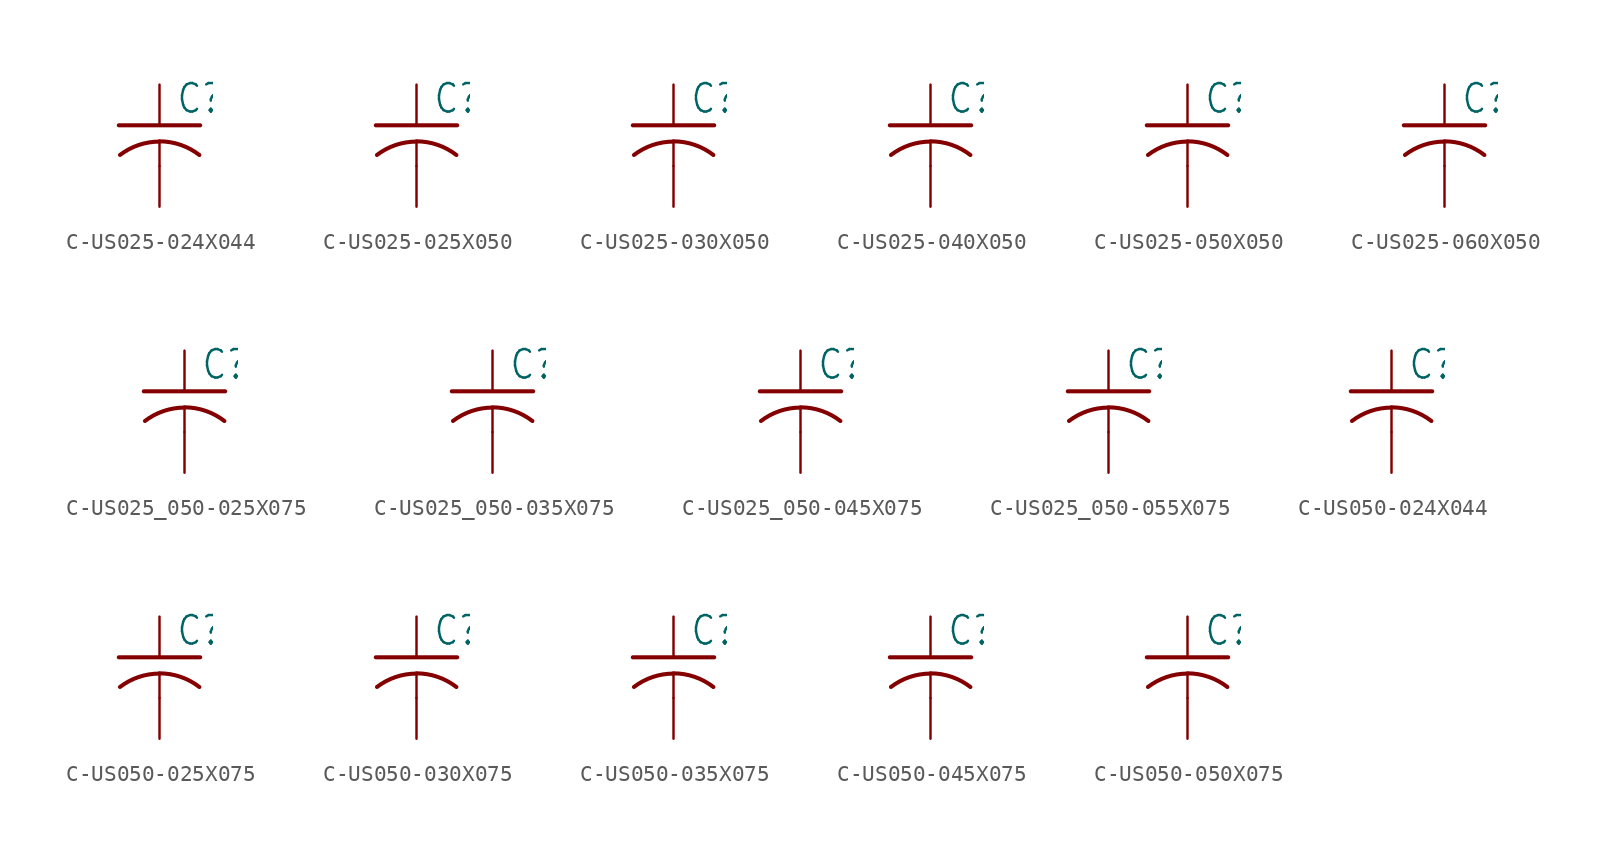
<source format=kicad_sym>
(kicad_symbol_lib
  (version 20231120)
  (generator "kicad_symbol_editor")
  (generator_version "8.0")
  (symbol "C-US025-024X044"
    (property "Reference" "C"
      (at 1.016 0.635 0)
      (effects (font (size 1.778 1.511)) (justify left bottom)))
    (property "Value" ""
      (at 1.016 -4.191 0)
      (effects (font (size 1.778 1.511)) (justify left bottom)))
    (property "ki_locked" ""
      (at 0 0 0)
      (effects (font (size 1.27 1.27))))
    (symbol "C-US025-024X044_1_0"
      (arc (start 0 -1.0161) (mid -1.302 -1.2303) (end -2.4668 -1.8504) (stroke (width 0.254) (type solid)) (fill (type none)))
      (polyline (pts (xy -2.54 0) (xy 2.54 0)) (stroke (width 0.254) (type solid)) (fill (type none)))
      (polyline (pts (xy 0 -1.016) (xy 0 -2.54)) (stroke (width 0.152) (type solid)) (fill (type none)))
      (polyline (pts (xy 0 -1.016) (xy 0 -1.016)) (stroke (width 0.152) (type solid)) (fill (type none)))
      (arc (start 2.4892 -1.8541) (mid 1.3158 -1.2194) (end 0 -1) (stroke (width 0.254) (type solid)) (fill (type none)))
      (pin passive line (at 0 2.54 270) (length 2.54) (name "1" (effects (font (size 0 0)))) (number "1" (effects (font (size 0 0)))))
      (pin passive line (at 0 -5.08 90) (length 2.54) (name "2" (effects (font (size 0 0)))) (number "2" (effects (font (size 0 0)))))))
  (symbol "C-US025-025X050"
    (property "Reference" "C"
      (at 1.016 0.635 0)
      (effects (font (size 1.778 1.511)) (justify left bottom)))
    (property "Value" ""
      (at 1.016 -4.191 0)
      (effects (font (size 1.778 1.511)) (justify left bottom)))
    (property "ki_locked" ""
      (at 0 0 0)
      (effects (font (size 1.27 1.27))))
    (symbol "C-US025-025X050_1_0"
      (arc (start 0 -1.0161) (mid -1.302 -1.2303) (end -2.4668 -1.8504) (stroke (width 0.254) (type solid)) (fill (type none)))
      (polyline (pts (xy -2.54 0) (xy 2.54 0)) (stroke (width 0.254) (type solid)) (fill (type none)))
      (polyline (pts (xy 0 -1.016) (xy 0 -2.54)) (stroke (width 0.152) (type solid)) (fill (type none)))
      (polyline (pts (xy 0 -1.016) (xy 0 -1.016)) (stroke (width 0.152) (type solid)) (fill (type none)))
      (arc (start 2.4892 -1.8541) (mid 1.3158 -1.2194) (end 0 -1) (stroke (width 0.254) (type solid)) (fill (type none)))
      (pin passive line (at 0 2.54 270) (length 2.54) (name "1" (effects (font (size 0 0)))) (number "1" (effects (font (size 0 0)))))
      (pin passive line (at 0 -5.08 90) (length 2.54) (name "2" (effects (font (size 0 0)))) (number "2" (effects (font (size 0 0)))))))
  (symbol "C-US025-030X050"
    (property "Reference" "C"
      (at 1.016 0.635 0)
      (effects (font (size 1.778 1.511)) (justify left bottom)))
    (property "Value" ""
      (at 1.016 -4.191 0)
      (effects (font (size 1.778 1.511)) (justify left bottom)))
    (property "ki_locked" ""
      (at 0 0 0)
      (effects (font (size 1.27 1.27))))
    (symbol "C-US025-030X050_1_0"
      (arc (start 0 -1.0161) (mid -1.302 -1.2303) (end -2.4668 -1.8504) (stroke (width 0.254) (type solid)) (fill (type none)))
      (polyline (pts (xy -2.54 0) (xy 2.54 0)) (stroke (width 0.254) (type solid)) (fill (type none)))
      (polyline (pts (xy 0 -1.016) (xy 0 -2.54)) (stroke (width 0.152) (type solid)) (fill (type none)))
      (polyline (pts (xy 0 -1.016) (xy 0 -1.016)) (stroke (width 0.152) (type solid)) (fill (type none)))
      (arc (start 2.4892 -1.8541) (mid 1.3158 -1.2194) (end 0 -1) (stroke (width 0.254) (type solid)) (fill (type none)))
      (pin passive line (at 0 2.54 270) (length 2.54) (name "1" (effects (font (size 0 0)))) (number "1" (effects (font (size 0 0)))))
      (pin passive line (at 0 -5.08 90) (length 2.54) (name "2" (effects (font (size 0 0)))) (number "2" (effects (font (size 0 0)))))))
  (symbol "C-US025-040X050"
    (property "Reference" "C"
      (at 1.016 0.635 0)
      (effects (font (size 1.778 1.511)) (justify left bottom)))
    (property "Value" ""
      (at 1.016 -4.191 0)
      (effects (font (size 1.778 1.511)) (justify left bottom)))
    (property "ki_locked" ""
      (at 0 0 0)
      (effects (font (size 1.27 1.27))))
    (symbol "C-US025-040X050_1_0"
      (arc (start 0 -1.0161) (mid -1.302 -1.2303) (end -2.4668 -1.8504) (stroke (width 0.254) (type solid)) (fill (type none)))
      (polyline (pts (xy -2.54 0) (xy 2.54 0)) (stroke (width 0.254) (type solid)) (fill (type none)))
      (polyline (pts (xy 0 -1.016) (xy 0 -2.54)) (stroke (width 0.152) (type solid)) (fill (type none)))
      (polyline (pts (xy 0 -1.016) (xy 0 -1.016)) (stroke (width 0.152) (type solid)) (fill (type none)))
      (arc (start 2.4892 -1.8541) (mid 1.3158 -1.2194) (end 0 -1) (stroke (width 0.254) (type solid)) (fill (type none)))
      (pin passive line (at 0 2.54 270) (length 2.54) (name "1" (effects (font (size 0 0)))) (number "1" (effects (font (size 0 0)))))
      (pin passive line (at 0 -5.08 90) (length 2.54) (name "2" (effects (font (size 0 0)))) (number "2" (effects (font (size 0 0)))))))
  (symbol "C-US025-050X050"
    (property "Reference" "C"
      (at 1.016 0.635 0)
      (effects (font (size 1.778 1.511)) (justify left bottom)))
    (property "Value" ""
      (at 1.016 -4.191 0)
      (effects (font (size 1.778 1.511)) (justify left bottom)))
    (property "ki_locked" ""
      (at 0 0 0)
      (effects (font (size 1.27 1.27))))
    (symbol "C-US025-050X050_1_0"
      (arc (start 0 -1.0161) (mid -1.302 -1.2303) (end -2.4668 -1.8504) (stroke (width 0.254) (type solid)) (fill (type none)))
      (polyline (pts (xy -2.54 0) (xy 2.54 0)) (stroke (width 0.254) (type solid)) (fill (type none)))
      (polyline (pts (xy 0 -1.016) (xy 0 -2.54)) (stroke (width 0.152) (type solid)) (fill (type none)))
      (polyline (pts (xy 0 -1.016) (xy 0 -1.016)) (stroke (width 0.152) (type solid)) (fill (type none)))
      (arc (start 2.4892 -1.8541) (mid 1.3158 -1.2194) (end 0 -1) (stroke (width 0.254) (type solid)) (fill (type none)))
      (pin passive line (at 0 2.54 270) (length 2.54) (name "1" (effects (font (size 0 0)))) (number "1" (effects (font (size 0 0)))))
      (pin passive line (at 0 -5.08 90) (length 2.54) (name "2" (effects (font (size 0 0)))) (number "2" (effects (font (size 0 0)))))))
  (symbol "C-US025-060X050"
    (property "Reference" "C"
      (at 1.016 0.635 0)
      (effects (font (size 1.778 1.511)) (justify left bottom)))
    (property "Value" ""
      (at 1.016 -4.191 0)
      (effects (font (size 1.778 1.511)) (justify left bottom)))
    (property "ki_locked" ""
      (at 0 0 0)
      (effects (font (size 1.27 1.27))))
    (symbol "C-US025-060X050_1_0"
      (arc (start 0 -1.0161) (mid -1.302 -1.2303) (end -2.4668 -1.8504) (stroke (width 0.254) (type solid)) (fill (type none)))
      (polyline (pts (xy -2.54 0) (xy 2.54 0)) (stroke (width 0.254) (type solid)) (fill (type none)))
      (polyline (pts (xy 0 -1.016) (xy 0 -2.54)) (stroke (width 0.152) (type solid)) (fill (type none)))
      (polyline (pts (xy 0 -1.016) (xy 0 -1.016)) (stroke (width 0.152) (type solid)) (fill (type none)))
      (arc (start 2.4892 -1.8541) (mid 1.3158 -1.2194) (end 0 -1) (stroke (width 0.254) (type solid)) (fill (type none)))
      (pin passive line (at 0 2.54 270) (length 2.54) (name "1" (effects (font (size 0 0)))) (number "1" (effects (font (size 0 0)))))
      (pin passive line (at 0 -5.08 90) (length 2.54) (name "2" (effects (font (size 0 0)))) (number "2" (effects (font (size 0 0)))))))
  (symbol "C-US025_050-025X075"
    (property "Reference" "C"
      (at 1.016 0.635 0)
      (effects (font (size 1.778 1.511)) (justify left bottom)))
    (property "Value" ""
      (at 1.016 -4.191 0)
      (effects (font (size 1.778 1.511)) (justify left bottom)))
    (property "ki_locked" ""
      (at 0 0 0)
      (effects (font (size 1.27 1.27))))
    (symbol "C-US025_050-025X075_1_0"
      (arc (start 0 -1.0161) (mid -1.302 -1.2303) (end -2.4668 -1.8504) (stroke (width 0.254) (type solid)) (fill (type none)))
      (polyline (pts (xy -2.54 0) (xy 2.54 0)) (stroke (width 0.254) (type solid)) (fill (type none)))
      (polyline (pts (xy 0 -1.016) (xy 0 -2.54)) (stroke (width 0.152) (type solid)) (fill (type none)))
      (polyline (pts (xy 0 -1.016) (xy 0 -1.016)) (stroke (width 0.152) (type solid)) (fill (type none)))
      (arc (start 2.4892 -1.8541) (mid 1.3158 -1.2194) (end 0 -1) (stroke (width 0.254) (type solid)) (fill (type none)))
      (pin passive line (at 0 2.54 270) (length 2.54) (name "1" (effects (font (size 0 0)))) (number "1" (effects (font (size 0 0)))))
      (pin passive line (at 0 -5.08 90) (length 2.54) (name "2" (effects (font (size 0 0)))) (number "2" (effects (font (size 0 0)))))))
  (symbol "C-US025_050-035X075"
    (property "Reference" "C"
      (at 1.016 0.635 0)
      (effects (font (size 1.778 1.511)) (justify left bottom)))
    (property "Value" ""
      (at 1.016 -4.191 0)
      (effects (font (size 1.778 1.511)) (justify left bottom)))
    (property "ki_locked" ""
      (at 0 0 0)
      (effects (font (size 1.27 1.27))))
    (symbol "C-US025_050-035X075_1_0"
      (arc (start 0 -1.0161) (mid -1.302 -1.2303) (end -2.4668 -1.8504) (stroke (width 0.254) (type solid)) (fill (type none)))
      (polyline (pts (xy -2.54 0) (xy 2.54 0)) (stroke (width 0.254) (type solid)) (fill (type none)))
      (polyline (pts (xy 0 -1.016) (xy 0 -2.54)) (stroke (width 0.152) (type solid)) (fill (type none)))
      (polyline (pts (xy 0 -1.016) (xy 0 -1.016)) (stroke (width 0.152) (type solid)) (fill (type none)))
      (arc (start 2.4892 -1.8541) (mid 1.3158 -1.2194) (end 0 -1) (stroke (width 0.254) (type solid)) (fill (type none)))
      (pin passive line (at 0 2.54 270) (length 2.54) (name "1" (effects (font (size 0 0)))) (number "1" (effects (font (size 0 0)))))
      (pin passive line (at 0 -5.08 90) (length 2.54) (name "2" (effects (font (size 0 0)))) (number "2" (effects (font (size 0 0)))))))
  (symbol "C-US025_050-045X075"
    (property "Reference" "C"
      (at 1.016 0.635 0)
      (effects (font (size 1.778 1.511)) (justify left bottom)))
    (property "Value" ""
      (at 1.016 -4.191 0)
      (effects (font (size 1.778 1.511)) (justify left bottom)))
    (property "ki_locked" ""
      (at 0 0 0)
      (effects (font (size 1.27 1.27))))
    (symbol "C-US025_050-045X075_1_0"
      (arc (start 0 -1.0161) (mid -1.302 -1.2303) (end -2.4668 -1.8504) (stroke (width 0.254) (type solid)) (fill (type none)))
      (polyline (pts (xy -2.54 0) (xy 2.54 0)) (stroke (width 0.254) (type solid)) (fill (type none)))
      (polyline (pts (xy 0 -1.016) (xy 0 -2.54)) (stroke (width 0.152) (type solid)) (fill (type none)))
      (polyline (pts (xy 0 -1.016) (xy 0 -1.016)) (stroke (width 0.152) (type solid)) (fill (type none)))
      (arc (start 2.4892 -1.8541) (mid 1.3158 -1.2194) (end 0 -1) (stroke (width 0.254) (type solid)) (fill (type none)))
      (pin passive line (at 0 2.54 270) (length 2.54) (name "1" (effects (font (size 0 0)))) (number "1" (effects (font (size 0 0)))))
      (pin passive line (at 0 -5.08 90) (length 2.54) (name "2" (effects (font (size 0 0)))) (number "2" (effects (font (size 0 0)))))))
  (symbol "C-US025_050-055X075"
    (property "Reference" "C"
      (at 1.016 0.635 0)
      (effects (font (size 1.778 1.511)) (justify left bottom)))
    (property "Value" ""
      (at 1.016 -4.191 0)
      (effects (font (size 1.778 1.511)) (justify left bottom)))
    (property "ki_locked" ""
      (at 0 0 0)
      (effects (font (size 1.27 1.27))))
    (symbol "C-US025_050-055X075_1_0"
      (arc (start 0 -1.0161) (mid -1.302 -1.2303) (end -2.4668 -1.8504) (stroke (width 0.254) (type solid)) (fill (type none)))
      (polyline (pts (xy -2.54 0) (xy 2.54 0)) (stroke (width 0.254) (type solid)) (fill (type none)))
      (polyline (pts (xy 0 -1.016) (xy 0 -2.54)) (stroke (width 0.152) (type solid)) (fill (type none)))
      (polyline (pts (xy 0 -1.016) (xy 0 -1.016)) (stroke (width 0.152) (type solid)) (fill (type none)))
      (arc (start 2.4892 -1.8541) (mid 1.3158 -1.2194) (end 0 -1) (stroke (width 0.254) (type solid)) (fill (type none)))
      (pin passive line (at 0 2.54 270) (length 2.54) (name "1" (effects (font (size 0 0)))) (number "1" (effects (font (size 0 0)))))
      (pin passive line (at 0 -5.08 90) (length 2.54) (name "2" (effects (font (size 0 0)))) (number "2" (effects (font (size 0 0)))))))
  (symbol "C-US050-024X044"
    (property "Reference" "C"
      (at 1.016 0.635 0)
      (effects (font (size 1.778 1.511)) (justify left bottom)))
    (property "Value" ""
      (at 1.016 -4.191 0)
      (effects (font (size 1.778 1.511)) (justify left bottom)))
    (property "ki_locked" ""
      (at 0 0 0)
      (effects (font (size 1.27 1.27))))
    (symbol "C-US050-024X044_1_0"
      (arc (start 0 -1.0161) (mid -1.302 -1.2303) (end -2.4668 -1.8504) (stroke (width 0.254) (type solid)) (fill (type none)))
      (polyline (pts (xy -2.54 0) (xy 2.54 0)) (stroke (width 0.254) (type solid)) (fill (type none)))
      (polyline (pts (xy 0 -1.016) (xy 0 -2.54)) (stroke (width 0.152) (type solid)) (fill (type none)))
      (polyline (pts (xy 0 -1.016) (xy 0 -1.016)) (stroke (width 0.152) (type solid)) (fill (type none)))
      (arc (start 2.4892 -1.8541) (mid 1.3158 -1.2194) (end 0 -1) (stroke (width 0.254) (type solid)) (fill (type none)))
      (pin passive line (at 0 2.54 270) (length 2.54) (name "1" (effects (font (size 0 0)))) (number "1" (effects (font (size 0 0)))))
      (pin passive line (at 0 -5.08 90) (length 2.54) (name "2" (effects (font (size 0 0)))) (number "2" (effects (font (size 0 0)))))))
  (symbol "C-US050-025X075"
    (property "Reference" "C"
      (at 1.016 0.635 0)
      (effects (font (size 1.778 1.511)) (justify left bottom)))
    (property "Value" ""
      (at 1.016 -4.191 0)
      (effects (font (size 1.778 1.511)) (justify left bottom)))
    (property "ki_locked" ""
      (at 0 0 0)
      (effects (font (size 1.27 1.27))))
    (symbol "C-US050-025X075_1_0"
      (arc (start 0 -1.0161) (mid -1.302 -1.2303) (end -2.4668 -1.8504) (stroke (width 0.254) (type solid)) (fill (type none)))
      (polyline (pts (xy -2.54 0) (xy 2.54 0)) (stroke (width 0.254) (type solid)) (fill (type none)))
      (polyline (pts (xy 0 -1.016) (xy 0 -2.54)) (stroke (width 0.152) (type solid)) (fill (type none)))
      (polyline (pts (xy 0 -1.016) (xy 0 -1.016)) (stroke (width 0.152) (type solid)) (fill (type none)))
      (arc (start 2.4892 -1.8541) (mid 1.3158 -1.2194) (end 0 -1) (stroke (width 0.254) (type solid)) (fill (type none)))
      (pin passive line (at 0 2.54 270) (length 2.54) (name "1" (effects (font (size 0 0)))) (number "1" (effects (font (size 0 0)))))
      (pin passive line (at 0 -5.08 90) (length 2.54) (name "2" (effects (font (size 0 0)))) (number "2" (effects (font (size 0 0)))))))
  (symbol "C-US050-030X075"
    (property "Reference" "C"
      (at 1.016 0.635 0)
      (effects (font (size 1.778 1.511)) (justify left bottom)))
    (property "Value" ""
      (at 1.016 -4.191 0)
      (effects (font (size 1.778 1.511)) (justify left bottom)))
    (property "ki_locked" ""
      (at 0 0 0)
      (effects (font (size 1.27 1.27))))
    (symbol "C-US050-030X075_1_0"
      (arc (start 0 -1.0161) (mid -1.302 -1.2303) (end -2.4668 -1.8504) (stroke (width 0.254) (type solid)) (fill (type none)))
      (polyline (pts (xy -2.54 0) (xy 2.54 0)) (stroke (width 0.254) (type solid)) (fill (type none)))
      (polyline (pts (xy 0 -1.016) (xy 0 -2.54)) (stroke (width 0.152) (type solid)) (fill (type none)))
      (polyline (pts (xy 0 -1.016) (xy 0 -1.016)) (stroke (width 0.152) (type solid)) (fill (type none)))
      (arc (start 2.4892 -1.8541) (mid 1.3158 -1.2194) (end 0 -1) (stroke (width 0.254) (type solid)) (fill (type none)))
      (pin passive line (at 0 2.54 270) (length 2.54) (name "1" (effects (font (size 0 0)))) (number "1" (effects (font (size 0 0)))))
      (pin passive line (at 0 -5.08 90) (length 2.54) (name "2" (effects (font (size 0 0)))) (number "2" (effects (font (size 0 0)))))))
  (symbol "C-US050-035X075"
    (property "Reference" "C"
      (at 1.016 0.635 0)
      (effects (font (size 1.778 1.511)) (justify left bottom)))
    (property "Value" ""
      (at 1.016 -4.191 0)
      (effects (font (size 1.778 1.511)) (justify left bottom)))
    (property "ki_locked" ""
      (at 0 0 0)
      (effects (font (size 1.27 1.27))))
    (symbol "C-US050-035X075_1_0"
      (arc (start 0 -1.0161) (mid -1.302 -1.2303) (end -2.4668 -1.8504) (stroke (width 0.254) (type solid)) (fill (type none)))
      (polyline (pts (xy -2.54 0) (xy 2.54 0)) (stroke (width 0.254) (type solid)) (fill (type none)))
      (polyline (pts (xy 0 -1.016) (xy 0 -2.54)) (stroke (width 0.152) (type solid)) (fill (type none)))
      (polyline (pts (xy 0 -1.016) (xy 0 -1.016)) (stroke (width 0.152) (type solid)) (fill (type none)))
      (arc (start 2.4892 -1.8541) (mid 1.3158 -1.2194) (end 0 -1) (stroke (width 0.254) (type solid)) (fill (type none)))
      (pin passive line (at 0 2.54 270) (length 2.54) (name "1" (effects (font (size 0 0)))) (number "1" (effects (font (size 0 0)))))
      (pin passive line (at 0 -5.08 90) (length 2.54) (name "2" (effects (font (size 0 0)))) (number "2" (effects (font (size 0 0)))))))
  (symbol "C-US050-045X075"
    (property "Reference" "C"
      (at 1.016 0.635 0)
      (effects (font (size 1.778 1.511)) (justify left bottom)))
    (property "Value" ""
      (at 1.016 -4.191 0)
      (effects (font (size 1.778 1.511)) (justify left bottom)))
    (property "ki_locked" ""
      (at 0 0 0)
      (effects (font (size 1.27 1.27))))
    (symbol "C-US050-045X075_1_0"
      (arc (start 0 -1.0161) (mid -1.302 -1.2303) (end -2.4668 -1.8504) (stroke (width 0.254) (type solid)) (fill (type none)))
      (polyline (pts (xy -2.54 0) (xy 2.54 0)) (stroke (width 0.254) (type solid)) (fill (type none)))
      (polyline (pts (xy 0 -1.016) (xy 0 -2.54)) (stroke (width 0.152) (type solid)) (fill (type none)))
      (polyline (pts (xy 0 -1.016) (xy 0 -1.016)) (stroke (width 0.152) (type solid)) (fill (type none)))
      (arc (start 2.4892 -1.8541) (mid 1.3158 -1.2194) (end 0 -1) (stroke (width 0.254) (type solid)) (fill (type none)))
      (pin passive line (at 0 2.54 270) (length 2.54) (name "1" (effects (font (size 0 0)))) (number "1" (effects (font (size 0 0)))))
      (pin passive line (at 0 -5.08 90) (length 2.54) (name "2" (effects (font (size 0 0)))) (number "2" (effects (font (size 0 0)))))))
  (symbol "C-US050-050X075"
    (property "Reference" "C"
      (at 1.016 0.635 0)
      (effects (font (size 1.778 1.511)) (justify left bottom)))
    (property "Value" ""
      (at 1.016 -4.191 0)
      (effects (font (size 1.778 1.511)) (justify left bottom)))
    (property "ki_locked" ""
      (at 0 0 0)
      (effects (font (size 1.27 1.27))))
    (symbol "C-US050-050X075_1_0"
      (arc (start 0 -1.0161) (mid -1.302 -1.2303) (end -2.4668 -1.8504) (stroke (width 0.254) (type solid)) (fill (type none)))
      (polyline (pts (xy -2.54 0) (xy 2.54 0)) (stroke (width 0.254) (type solid)) (fill (type none)))
      (polyline (pts (xy 0 -1.016) (xy 0 -2.54)) (stroke (width 0.152) (type solid)) (fill (type none)))
      (polyline (pts (xy 0 -1.016) (xy 0 -1.016)) (stroke (width 0.152) (type solid)) (fill (type none)))
      (arc (start 2.4892 -1.8541) (mid 1.3158 -1.2194) (end 0 -1) (stroke (width 0.254) (type solid)) (fill (type none)))
      (pin passive line (at 0 2.54 270) (length 2.54) (name "1" (effects (font (size 0 0)))) (number "1" (effects (font (size 0 0)))))
      (pin passive line (at 0 -5.08 90) (length 2.54) (name "2" (effects (font (size 0 0)))) (number "2" (effects (font (size 0 0))))))))
</source>
